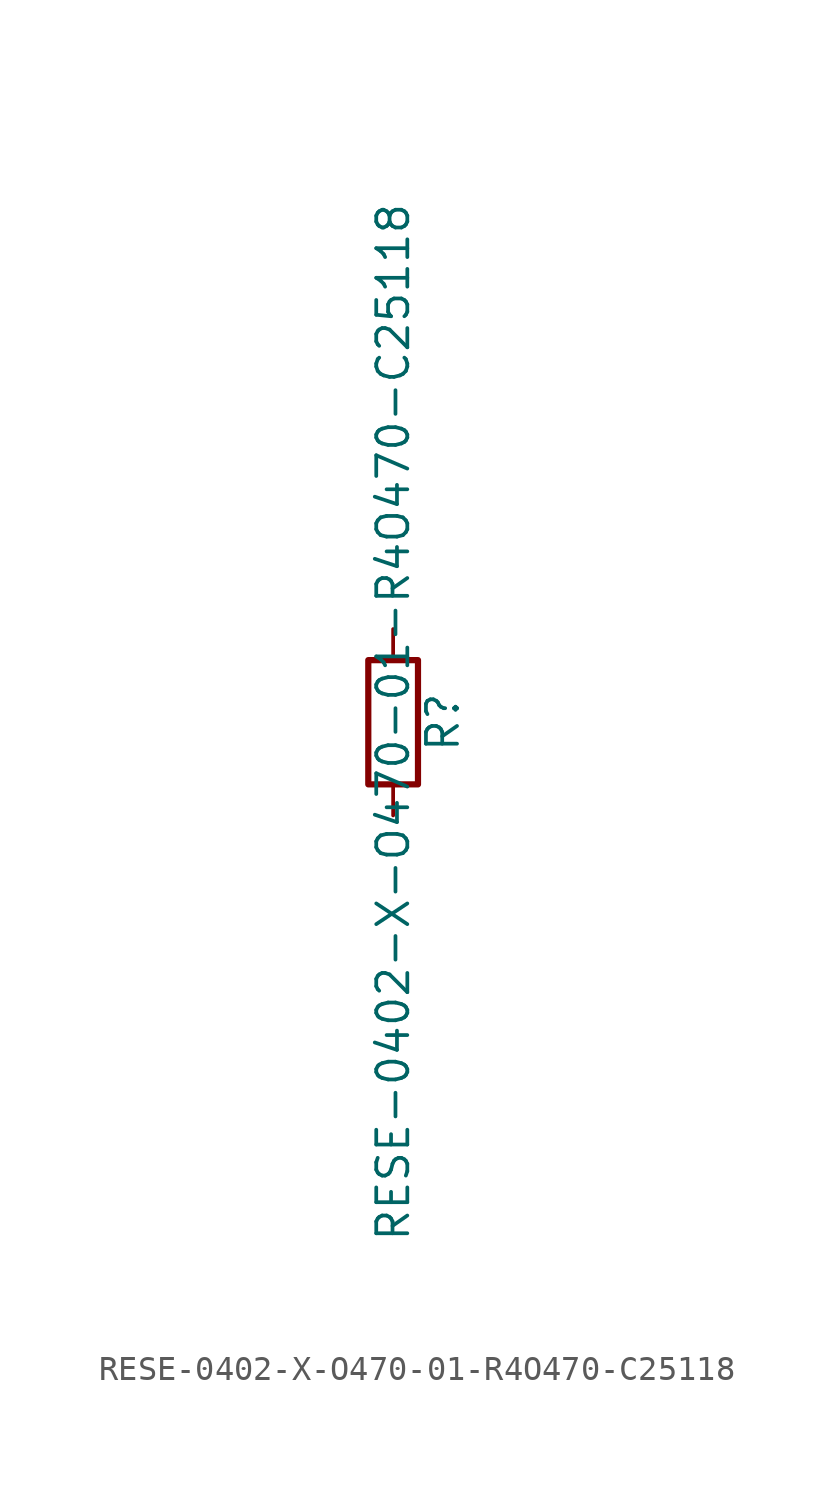
<source format=kicad_sym>
(kicad_symbol_lib
  (version 20211014)
  (generator kicad_symbol_editor)
  (symbol "RESE-0402-X-O470-01-R4O470-C25118"
    (pin_numbers hide)
    (pin_names
      (offset 0))
    (property "Reference" "R"
      (at 2.032 0 90)
      (effects (font (size 1.27 1.27))))
    (property "Value" "RESE-0402-X-O470-01-R4O470-C25118"
      (at 0 0 90)
      (effects (font (size 1.27 1.27))))
    (symbol "RESE-0402-X-O470-01-R4O470-C25118_0_1"
      (rectangle (start -1.016 -2.54) (end 1.016 2.54) (stroke (width 0.254) (type default) (color 0 0 0 0)) (fill (type none))))
    (symbol "RESE-0402-X-O470-01-R4O470-C25118_1_1"
      (pin passive line (at 0 3.81 270) (length 1.27) (name "~" (effects (font (size 1.27 1.27)))) (number "1" (effects (font (size 1.27 1.27)))))
      (pin passive line (at 0 -3.81 90) (length 1.27) (name "~" (effects (font (size 1.27 1.27)))) (number "2" (effects (font (size 1.27 1.27))))))))
</source>
